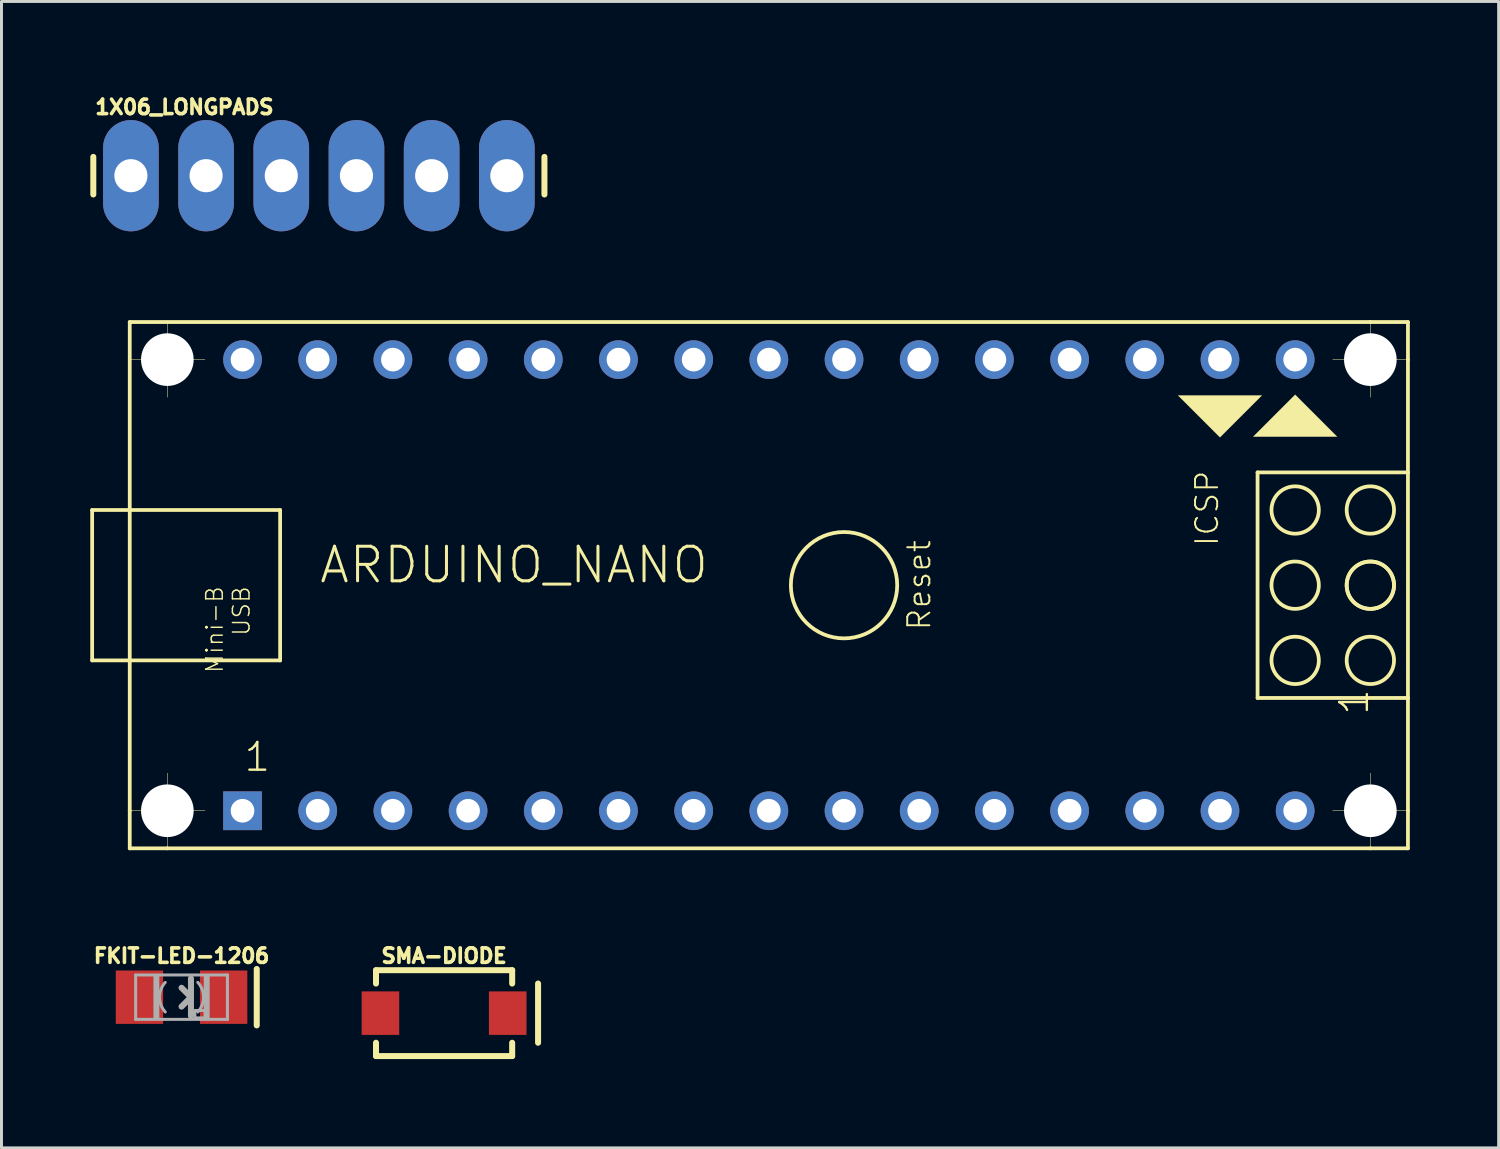
<source format=kicad_pcb>
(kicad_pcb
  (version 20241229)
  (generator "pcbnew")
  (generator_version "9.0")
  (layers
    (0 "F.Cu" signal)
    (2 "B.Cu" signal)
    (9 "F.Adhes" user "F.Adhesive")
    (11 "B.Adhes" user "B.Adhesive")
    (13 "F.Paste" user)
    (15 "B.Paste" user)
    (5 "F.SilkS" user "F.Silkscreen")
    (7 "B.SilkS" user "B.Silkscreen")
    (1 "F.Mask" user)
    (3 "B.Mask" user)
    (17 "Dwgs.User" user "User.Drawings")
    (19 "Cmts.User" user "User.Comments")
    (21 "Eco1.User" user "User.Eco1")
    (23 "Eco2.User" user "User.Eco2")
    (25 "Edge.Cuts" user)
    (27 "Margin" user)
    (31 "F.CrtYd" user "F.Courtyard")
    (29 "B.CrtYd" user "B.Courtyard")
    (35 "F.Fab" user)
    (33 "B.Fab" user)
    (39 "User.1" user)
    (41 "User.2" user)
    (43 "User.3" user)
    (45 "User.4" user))
  (footprint "SMA-DIODE"
    (layer "F.Cu")
    (at 11.952 31.176)
    (property "Reference" "SMA-DIODE" (at 0 -1.651 0) (layer "F.SilkS") (effects (font (size 0.488 0.488) (thickness 0.122)) (justify bottom)))
    (fp_line (start -2.3 -1.45) (end 2.3 -1.45) (stroke (width 0.203) (type solid)) (layer "F.SilkS"))
    (fp_line (start -2.3 -1) (end -2.3 -1.45) (stroke (width 0.203) (type solid)) (layer "F.SilkS"))
    (fp_line (start -2.3 1.45) (end -2.3 1) (stroke (width 0.203) (type solid)) (layer "F.SilkS"))
    (fp_line (start 2.3 -1.45) (end 2.3 -1) (stroke (width 0.203) (type solid)) (layer "F.SilkS"))
    (fp_line (start 2.3 1) (end 2.3 1.45) (stroke (width 0.203) (type solid)) (layer "F.SilkS"))
    (fp_line (start 2.3 1.45) (end -2.3 1.45) (stroke (width 0.203) (type solid)) (layer "F.SilkS"))
    (fp_line (start 3.175 -1) (end 3.175 1) (stroke (width 0.203) (type solid)) (layer "F.SilkS"))
    (pad "A" smd rect (at -2.15 0 180) (size 1.27 1.47) (layers "F.Cu" "F.Mask" "F.Paste"))
    (pad "C" smd rect (at 2.15 0) (size 1.27 1.47) (layers "F.Cu" "F.Mask" "F.Paste")))
  (footprint "1X06_LONGPADS"
    (layer "F.Cu")
    (at 1.372 2.885)
    (property "Reference" "1X06_LONGPADS" (at -1.27 -2.032 0) (layer "F.SilkS") (effects (font (size 0.488 0.488) (thickness 0.122)) (justify left bottom)))
    (fp_line (start -1.27 -0.635) (end -1.27 0.635) (stroke (width 0.203) (type solid)) (layer "F.SilkS"))
    (fp_line (start 13.97 -0.635) (end 13.97 0.635) (stroke (width 0.203) (type solid)) (layer "F.SilkS"))
    (fp_poly (pts (xy -0.254 0.254) (xy 0.254 0.254) (xy 0.254 -0.254) (xy -0.254 -0.254)) (stroke (width 0.1) (type default)) (fill no) (layer "F.Fab"))
    (fp_poly (pts (xy 2.286 0.254) (xy 2.794 0.254) (xy 2.794 -0.254) (xy 2.286 -0.254)) (stroke (width 0.1) (type default)) (fill no) (layer "F.Fab"))
    (fp_poly (pts (xy 4.826 0.254) (xy 5.334 0.254) (xy 5.334 -0.254) (xy 4.826 -0.254)) (stroke (width 0.1) (type default)) (fill no) (layer "F.Fab"))
    (fp_poly (pts (xy 7.366 0.254) (xy 7.874 0.254) (xy 7.874 -0.254) (xy 7.366 -0.254)) (stroke (width 0.1) (type default)) (fill no) (layer "F.Fab"))
    (fp_poly (pts (xy 9.906 0.254) (xy 10.414 0.254) (xy 10.414 -0.254) (xy 9.906 -0.254)) (stroke (width 0.1) (type default)) (fill no) (layer "F.Fab"))
    (fp_poly (pts (xy 12.446 0.254) (xy 12.954 0.254) (xy 12.954 -0.254) (xy 12.446 -0.254)) (stroke (width 0.1) (type default)) (fill no) (layer "F.Fab"))
    (pad "1" thru_hole oval (at 0 0 90) (size 3.759 1.88) (drill 1.118) (layers "*.Cu" "*.Mask"))
    (pad "2" thru_hole oval (at 2.54 0 90) (size 3.759 1.88) (drill 1.118) (layers "*.Cu" "*.Mask"))
    (pad "3" thru_hole oval (at 5.08 0 90) (size 3.759 1.88) (drill 1.118) (layers "*.Cu" "*.Mask"))
    (pad "4" thru_hole oval (at 7.62 0 90) (size 3.759 1.88) (drill 1.118) (layers "*.Cu" "*.Mask"))
    (pad "5" thru_hole oval (at 10.16 0 90) (size 3.759 1.88) (drill 1.118) (layers "*.Cu" "*.Mask"))
    (pad "6" thru_hole oval (at 12.7 0 90) (size 3.759 1.88) (drill 1.118) (layers "*.Cu" "*.Mask")))
  (footprint "FKIT-LED-1206"
    (layer "F.Cu")
    (at 3.083 30.637)
    (property "Reference" "FKIT-LED-1206" (at 0 -1.111 0) (layer "F.SilkS") (effects (font (size 0.488 0.488) (thickness 0.122)) (justify bottom)))
    (fp_line (start 2.54 -0.953) (end 2.54 0.953) (stroke (width 0.203) (type solid)) (layer "F.SilkS"))
    (fp_line (start -1.55 -0.75) (end 1.55 -0.75) (stroke (width 0.102) (type solid)) (layer "F.Fab"))
    (fp_line (start -1.55 0.75) (end -1.55 -0.75) (stroke (width 0.102) (type solid)) (layer "F.Fab"))
    (fp_line (start 0.318 -0.635) (end 0.318 0) (stroke (width 0.203) (type solid)) (layer "F.Fab"))
    (fp_line (start 0.318 0) (end 0 -0.318) (stroke (width 0.203) (type solid)) (layer "F.Fab"))
    (fp_line (start 0.318 0) (end 0 0.318) (stroke (width 0.203) (type solid)) (layer "F.Fab"))
    (fp_line (start 0.318 0) (end 0.318 0.635) (stroke (width 0.203) (type solid)) (layer "F.Fab"))
    (fp_line (start 1.55 -0.75) (end 1.55 0.75) (stroke (width 0.102) (type solid)) (layer "F.Fab"))
    (fp_line (start 1.55 0.75) (end -1.55 0.75) (stroke (width 0.102) (type solid)) (layer "F.Fab"))
    (fp_arc (start -0.55 0.5) (mid -0.743303 0) (end -0.55 -0.5) (stroke (width 0.1016) (type solid)) (layer "F.Fab"))
    (fp_arc (start 0.55 -0.5) (mid 0.743303 0) (end 0.55 0.5) (stroke (width 0.1016) (type solid)) (layer "F.Fab"))
    (fp_poly (pts (xy -0.9 -0.55) (xy -0.8 -0.55) (xy -0.8 -0.7) (xy -0.9 -0.7)) (stroke (width 0.1) (type default)) (fill no) (layer "F.Fab"))
    (fp_poly (pts (xy -0.9 0.7) (xy -0.8 0.7) (xy -0.8 -0.5) (xy -0.9 -0.5)) (stroke (width 0.1) (type default)) (fill no) (layer "F.Fab"))
    (fp_poly (pts (xy 0.45 0.7) (xy 0.8 0.7) (xy 0.8 0.45) (xy 0.45 0.45)) (stroke (width 0.1) (type default)) (fill no) (layer "F.Fab"))
    (fp_poly (pts (xy 0.8 -0.55) (xy 0.9 -0.55) (xy 0.9 -0.7) (xy 0.8 -0.7)) (stroke (width 0.1) (type default)) (fill no) (layer "F.Fab"))
    (fp_poly (pts (xy 0.8 0.7) (xy 0.9 0.7) (xy 0.9 -0.5) (xy 0.8 -0.5)) (stroke (width 0.1) (type default)) (fill no) (layer "F.Fab"))
    (pad "A" smd rect (at -1.422 0) (size 1.6 1.803) (layers "F.Cu" "F.Mask" "F.Paste"))
    (pad "C" smd rect (at 1.422 0) (size 1.6 1.803) (layers "F.Cu" "F.Mask" "F.Paste")))
  (footprint "ARDUINO_NANO"
    (layer "F.Cu")
    (at 25.463 16.719)
    (property "Reference" "ARDUINO_NANO" (at -17.78 0 0) (layer "F.SilkS") (effects (font (size 1.168 1.168) (thickness 0.102)) (justify left bottom)))
    (fp_line (start -25.4 -2.54) (end -25.4 2.54) (stroke (width 0.127) (type solid)) (layer "F.SilkS"))
    (fp_line (start -24.13 -8.89) (end 17.78 -8.89) (stroke (width 0.127) (type solid)) (layer "F.SilkS"))
    (fp_line (start -24.13 -7.62) (end -21.59 -7.62) (stroke (width 0.016) (type solid)) (layer "F.SilkS"))
    (fp_line (start -24.13 -2.54) (end -25.4 -2.54) (stroke (width 0.127) (type solid)) (layer "F.SilkS"))
    (fp_line (start -24.13 -2.54) (end -24.13 -8.89) (stroke (width 0.127) (type solid)) (layer "F.SilkS"))
    (fp_line (start -24.13 7.62) (end -24.13 -2.54) (stroke (width 0.127) (type solid)) (layer "F.SilkS"))
    (fp_line (start -24.13 7.62) (end -21.59 7.62) (stroke (width 0.016) (type solid)) (layer "F.SilkS"))
    (fp_line (start -24.13 8.89) (end -24.13 7.62) (stroke (width 0.127) (type solid)) (layer "F.SilkS"))
    (fp_line (start -22.86 -8.89) (end -22.86 -6.35) (stroke (width 0.016) (type solid)) (layer "F.SilkS"))
    (fp_line (start -22.86 6.35) (end -22.86 8.89) (stroke (width 0.016) (type solid)) (layer "F.SilkS"))
    (fp_line (start -22.86 8.89) (end -24.13 8.89) (stroke (width 0.127) (type solid)) (layer "F.SilkS"))
    (fp_line (start -19.05 -2.54) (end -24.13 -2.54) (stroke (width 0.127) (type solid)) (layer "F.SilkS"))
    (fp_line (start -19.05 2.54) (end -25.4 2.54) (stroke (width 0.127) (type solid)) (layer "F.SilkS"))
    (fp_line (start -19.05 2.54) (end -19.05 -2.54) (stroke (width 0.127) (type solid)) (layer "F.SilkS"))
    (fp_line (start 13.97 -3.81) (end 13.97 3.81) (stroke (width 0.127) (type solid)) (layer "F.SilkS"))
    (fp_line (start 13.97 3.81) (end 19.05 3.81) (stroke (width 0.127) (type solid)) (layer "F.SilkS"))
    (fp_line (start 16.51 -7.62) (end 19.05 -7.62) (stroke (width 0.016) (type solid)) (layer "F.SilkS"))
    (fp_line (start 16.51 7.62) (end 19.05 7.62) (stroke (width 0.016) (type solid)) (layer "F.SilkS"))
    (fp_line (start 17.78 -8.89) (end 19.05 -8.89) (stroke (width 0.127) (type solid)) (layer "F.SilkS"))
    (fp_line (start 17.78 -6.35) (end 17.78 -8.89) (stroke (width 0.016) (type solid)) (layer "F.SilkS"))
    (fp_line (start 17.78 8.89) (end -22.86 8.89) (stroke (width 0.127) (type solid)) (layer "F.SilkS"))
    (fp_line (start 17.78 8.89) (end 17.78 6.35) (stroke (width 0.016) (type solid)) (layer "F.SilkS"))
    (fp_line (start 19.05 -8.89) (end 19.05 -7.62) (stroke (width 0.127) (type solid)) (layer "F.SilkS"))
    (fp_line (start 19.05 -7.62) (end 19.05 -3.81) (stroke (width 0.127) (type solid)) (layer "F.SilkS"))
    (fp_line (start 19.05 -3.81) (end 13.97 -3.81) (stroke (width 0.127) (type solid)) (layer "F.SilkS"))
    (fp_line (start 19.05 -3.81) (end 19.05 3.81) (stroke (width 0.127) (type solid)) (layer "F.SilkS"))
    (fp_line (start 19.05 3.81) (end 19.05 7.62) (stroke (width 0.127) (type solid)) (layer "F.SilkS"))
    (fp_line (start 19.05 7.62) (end 19.05 8.89) (stroke (width 0.127) (type solid)) (layer "F.SilkS"))
    (fp_line (start 19.05 8.89) (end 17.78 8.89) (stroke (width 0.127) (type solid)) (layer "F.SilkS"))
    (fp_circle (center 0 0) (end 1.796 0) (stroke (width 0.127) (type solid)) (fill no) (layer "F.SilkS"))
    (fp_circle (center 15.24 -2.54) (end 16.04 -2.54) (stroke (width 0.127) (type solid)) (fill no) (layer "F.SilkS"))
    (fp_circle (center 15.24 0) (end 16.04 0) (stroke (width 0.127) (type solid)) (fill no) (layer "F.SilkS"))
    (fp_circle (center 15.24 2.54) (end 16.04 2.54) (stroke (width 0.127) (type solid)) (fill no) (layer "F.SilkS"))
    (fp_circle (center 17.78 -2.54) (end 18.58 -2.54) (stroke (width 0.127) (type solid)) (fill no) (layer "F.SilkS"))
    (fp_circle (center 17.78 0) (end 18.58 0) (stroke (width 0.127) (type solid)) (fill no) (layer "F.SilkS"))
    (fp_circle (center 17.78 0) (end 18.58 0) (stroke (width 0.127) (type solid)) (fill no) (layer "F.SilkS"))
    (fp_circle (center 17.78 2.54) (end 18.58 2.54) (stroke (width 0.127) (type solid)) (fill no) (layer "F.SilkS"))
    (fp_poly (pts (xy 12.7 -4.99) (xy 11.277 -6.413) (xy 14.123 -6.413)) (stroke (width 0) (type default)) (fill yes) (layer "F.SilkS"))
    (fp_poly (pts (xy 16.663 -5.016) (xy 13.817 -5.016) (xy 15.24 -6.44)) (stroke (width 0) (type default)) (fill yes) (layer "F.SilkS"))
    (fp_text user "1" (at -20.32 6.35 0) (layer "F.SilkS") (effects (font (size 0.935 0.935) (thickness 0.081)) (justify left bottom)))
    (fp_text user "This library was created by Esp. Marco-Luis SALCEDO TOVAR.\nPlease report any errors or suggestions to: YV1HX@CANTV.NET\nThanks you~~!" (at -22.86 1.27 90) (layer "F.SilkS") (effects (font (size 0.05 0.05) (thickness 0.001)) (justify left bottom)))
    (fp_text user "Mini-B\nUSB" (at -21.59 0 90) (layer "F.SilkS") (effects (font (size 0.561 0.561) (thickness 0.049)) (justify right top)))
    (fp_text user "ICSP" (at 12.7 -1.27 270) (layer "F.SilkS") (effects (font (size 0.748 0.748) (thickness 0.065)) (justify left bottom)))
    (fp_text user "1" (at 17.78 4.445 270) (layer "F.SilkS") (effects (font (size 0.935 0.935) (thickness 0.081)) (justify left bottom)))
    (fp_text user "Reset" (at 2.54 0 90) (layer "F.SilkS") (effects (font (size 0.748 0.748) (thickness 0.065))))
    (pad "" np_thru_hole circle (at -22.86 -7.62) (size 1.778 1.778) (drill 1.778) (layers "*.Cu" "*.Mask"))
    (pad "" np_thru_hole circle (at -22.86 7.62) (size 1.778 1.778) (drill 1.778) (layers "*.Cu" "*.Mask"))
    (pad "" np_thru_hole circle (at 17.78 -7.62) (size 1.778 1.778) (drill 1.778) (layers "*.Cu" "*.Mask"))
    (pad "" np_thru_hole circle (at 17.78 7.62) (size 1.778 1.778) (drill 1.778) (layers "*.Cu" "*.Mask"))
    (pad "1" thru_hole rect (at -20.32 7.62) (size 1.308 1.308) (drill 0.8) (layers "*.Cu" "*.Mask"))
    (pad "2" thru_hole circle (at -17.78 7.62) (size 1.308 1.308) (drill 0.8) (layers "*.Cu" "*.Mask"))
    (pad "3" thru_hole circle (at -15.24 7.62) (size 1.308 1.308) (drill 0.8) (layers "*.Cu" "*.Mask"))
    (pad "4" thru_hole circle (at -12.7 7.62) (size 1.308 1.308) (drill 0.8) (layers "*.Cu" "*.Mask"))
    (pad "5" thru_hole circle (at -10.16 7.62) (size 1.308 1.308) (drill 0.8) (layers "*.Cu" "*.Mask"))
    (pad "6" thru_hole circle (at -7.62 7.62) (size 1.308 1.308) (drill 0.8) (layers "*.Cu" "*.Mask"))
    (pad "7" thru_hole circle (at -5.08 7.62) (size 1.308 1.308) (drill 0.8) (layers "*.Cu" "*.Mask"))
    (pad "8" thru_hole circle (at -2.54 7.62) (size 1.308 1.308) (drill 0.8) (layers "*.Cu" "*.Mask"))
    (pad "9" thru_hole circle (at 0 7.62) (size 1.308 1.308) (drill 0.8) (layers "*.Cu" "*.Mask"))
    (pad "10" thru_hole circle (at 2.54 7.62) (size 1.308 1.308) (drill 0.8) (layers "*.Cu" "*.Mask"))
    (pad "11" thru_hole circle (at 5.08 7.62) (size 1.308 1.308) (drill 0.8) (layers "*.Cu" "*.Mask"))
    (pad "12" thru_hole circle (at 7.62 7.62) (size 1.308 1.308) (drill 0.8) (layers "*.Cu" "*.Mask"))
    (pad "13" thru_hole circle (at 10.16 7.62) (size 1.308 1.308) (drill 0.8) (layers "*.Cu" "*.Mask"))
    (pad "14" thru_hole circle (at 12.7 7.62) (size 1.308 1.308) (drill 0.8) (layers "*.Cu" "*.Mask"))
    (pad "15" thru_hole circle (at 15.24 7.62) (size 1.308 1.308) (drill 0.8) (layers "*.Cu" "*.Mask"))
    (pad "16" thru_hole circle (at 15.24 -7.62) (size 1.308 1.308) (drill 0.8) (layers "*.Cu" "*.Mask"))
    (pad "17" thru_hole circle (at 12.7 -7.62) (size 1.308 1.308) (drill 0.8) (layers "*.Cu" "*.Mask"))
    (pad "18" thru_hole circle (at 10.16 -7.62) (size 1.308 1.308) (drill 0.8) (layers "*.Cu" "*.Mask"))
    (pad "19" thru_hole circle (at 7.62 -7.62) (size 1.308 1.308) (drill 0.8) (layers "*.Cu" "*.Mask"))
    (pad "20" thru_hole circle (at 5.08 -7.62) (size 1.308 1.308) (drill 0.8) (layers "*.Cu" "*.Mask"))
    (pad "21" thru_hole circle (at 2.54 -7.62) (size 1.308 1.308) (drill 0.8) (layers "*.Cu" "*.Mask"))
    (pad "22" thru_hole circle (at 0 -7.62) (size 1.308 1.308) (drill 0.8) (layers "*.Cu" "*.Mask"))
    (pad "23" thru_hole circle (at -2.54 -7.62) (size 1.308 1.308) (drill 0.8) (layers "*.Cu" "*.Mask"))
    (pad "24" thru_hole circle (at -5.08 -7.62) (size 1.308 1.308) (drill 0.8) (layers "*.Cu" "*.Mask"))
    (pad "25" thru_hole circle (at -7.62 -7.62) (size 1.308 1.308) (drill 0.8) (layers "*.Cu" "*.Mask"))
    (pad "26" thru_hole circle (at -10.16 -7.62) (size 1.308 1.308) (drill 0.8) (layers "*.Cu" "*.Mask"))
    (pad "27" thru_hole circle (at -12.7 -7.62) (size 1.308 1.308) (drill 0.8) (layers "*.Cu" "*.Mask"))
    (pad "28" thru_hole circle (at -15.24 -7.62) (size 1.308 1.308) (drill 0.8) (layers "*.Cu" "*.Mask"))
    (pad "29" thru_hole circle (at -17.78 -7.62) (size 1.308 1.308) (drill 0.8) (layers "*.Cu" "*.Mask"))
    (pad "30" thru_hole circle (at -20.32 -7.62) (size 1.308 1.308) (drill 0.8) (layers "*.Cu" "*.Mask")))
  (gr_rect
    (start -3 -3)
    (end 47.577 35.728)
    (stroke (width 0.1) (type default))
    (fill no)
    (layer "Edge.Cuts")))
</source>
